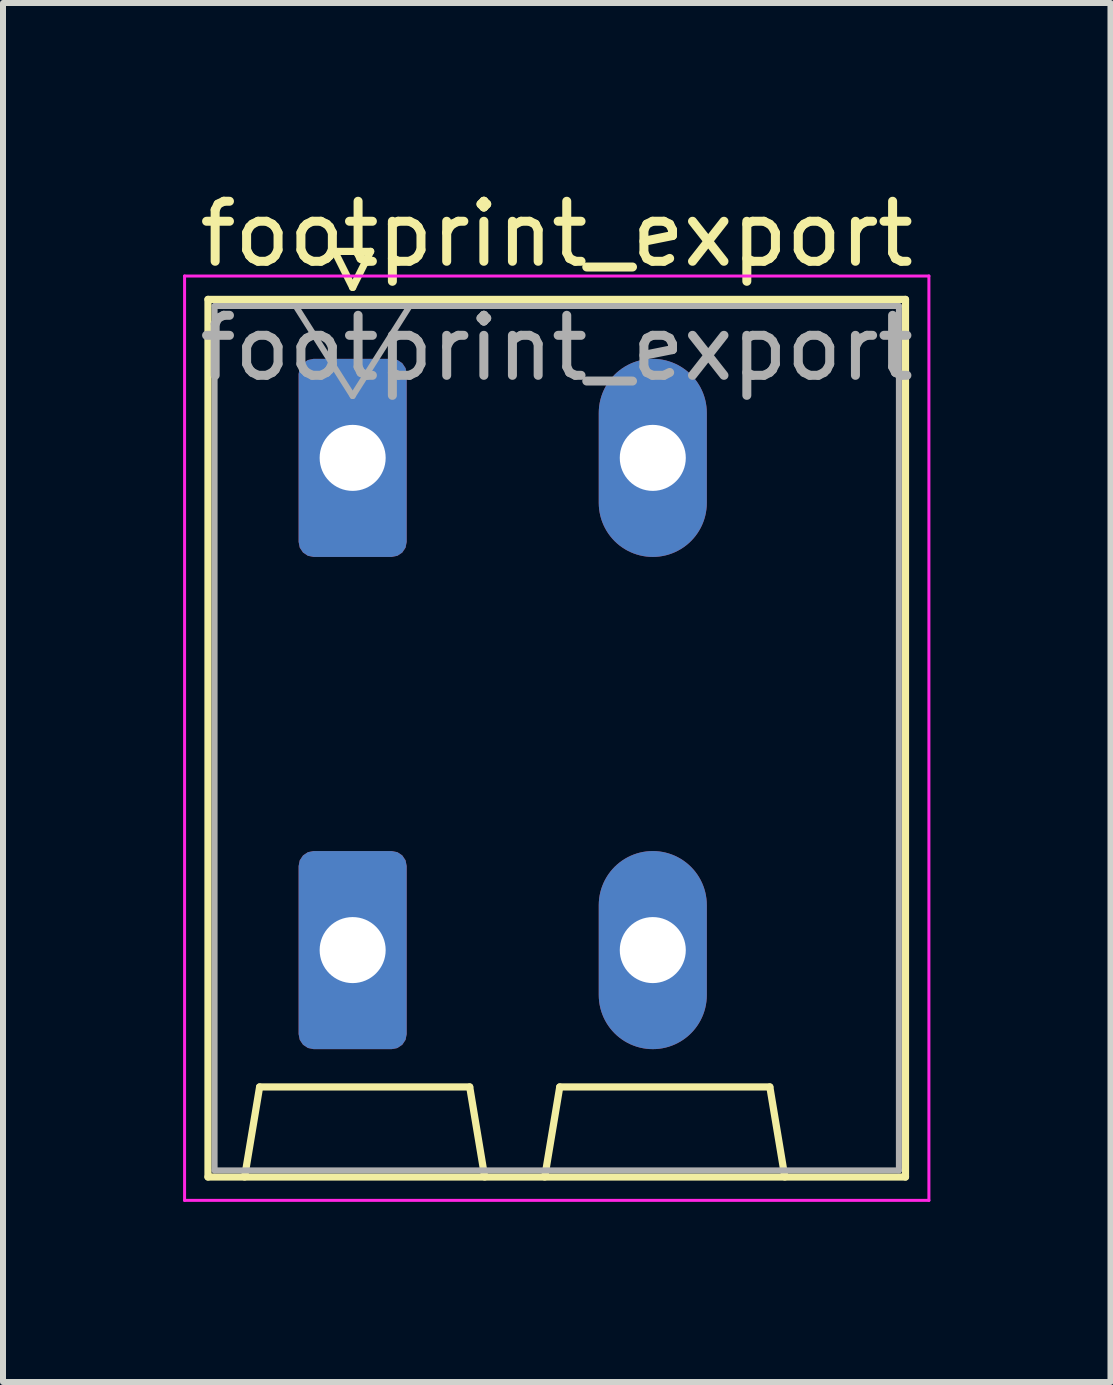
<source format=kicad_pcb>
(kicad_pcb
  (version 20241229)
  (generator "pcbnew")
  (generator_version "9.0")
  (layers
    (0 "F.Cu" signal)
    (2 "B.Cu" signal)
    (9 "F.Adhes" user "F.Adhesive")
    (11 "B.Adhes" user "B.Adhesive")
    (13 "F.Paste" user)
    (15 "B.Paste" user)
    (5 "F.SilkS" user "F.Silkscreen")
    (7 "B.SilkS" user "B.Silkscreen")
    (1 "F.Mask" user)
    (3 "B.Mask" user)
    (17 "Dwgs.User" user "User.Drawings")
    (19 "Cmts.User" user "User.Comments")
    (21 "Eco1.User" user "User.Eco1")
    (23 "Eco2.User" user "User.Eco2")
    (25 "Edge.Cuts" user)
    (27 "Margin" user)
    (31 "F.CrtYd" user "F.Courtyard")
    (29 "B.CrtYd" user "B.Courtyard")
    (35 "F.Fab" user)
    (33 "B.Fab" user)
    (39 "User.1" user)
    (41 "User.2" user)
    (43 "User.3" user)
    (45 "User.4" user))
  (footprint "footprint_export"
    (layer "F.Cu")
    (at 2.825 4.578)
    (property "Reference" "footprint_export" (at 3.4 -3.73 0) (layer "F.SilkS") (effects (font (size 1 1) (thickness 0.15))))
    (attr through_hole)
    (fp_line (start -2.41 -2.64) (end 9.21 -2.64) (stroke (width 0.12) (type solid)) (layer "F.SilkS"))
    (fp_line (start -2.41 11.98) (end -2.41 -2.64) (stroke (width 0.12) (type solid)) (layer "F.SilkS"))
    (fp_line (start -1.8 11.98) (end -1.55 10.48) (stroke (width 0.12) (type solid)) (layer "F.SilkS"))
    (fp_line (start -1.55 10.48) (end 1.95 10.48) (stroke (width 0.12) (type solid)) (layer "F.SilkS"))
    (fp_line (start -0.3 -3.44) (end 0 -2.84) (stroke (width 0.12) (type solid)) (layer "F.SilkS"))
    (fp_line (start -0.3 -3.44) (end 0.3 -3.44) (stroke (width 0.12) (type solid)) (layer "F.SilkS"))
    (fp_line (start 0.3 -3.44) (end 0 -2.84) (stroke (width 0.12) (type solid)) (layer "F.SilkS"))
    (fp_line (start 2.2 11.98) (end 1.95 10.48) (stroke (width 0.12) (type solid)) (layer "F.SilkS"))
    (fp_line (start 3.2 11.98) (end 3.45 10.48) (stroke (width 0.12) (type solid)) (layer "F.SilkS"))
    (fp_line (start 3.45 10.48) (end 6.95 10.48) (stroke (width 0.12) (type solid)) (layer "F.SilkS"))
    (fp_line (start 7.2 11.98) (end 6.95 10.48) (stroke (width 0.12) (type solid)) (layer "F.SilkS"))
    (fp_line (start 9.21 -2.64) (end 9.21 11.98) (stroke (width 0.12) (type solid)) (layer "F.SilkS"))
    (fp_line (start 9.21 11.98) (end -2.41 11.98) (stroke (width 0.12) (type solid)) (layer "F.SilkS"))
    (fp_line (start -2.8 -3.03) (end -2.8 12.37) (stroke (width 0.05) (type solid)) (layer "F.CrtYd"))
    (fp_line (start -2.8 12.37) (end 9.6 12.37) (stroke (width 0.05) (type solid)) (layer "F.CrtYd"))
    (fp_line (start 9.6 -3.03) (end -2.8 -3.03) (stroke (width 0.05) (type solid)) (layer "F.CrtYd"))
    (fp_line (start 9.6 12.37) (end 9.6 -3.03) (stroke (width 0.05) (type solid)) (layer "F.CrtYd"))
    (fp_line (start -2.3 -2.53) (end -2.3 11.87) (stroke (width 0.1) (type solid)) (layer "F.Fab"))
    (fp_line (start -2.3 11.87) (end 9.1 11.87) (stroke (width 0.1) (type solid)) (layer "F.Fab"))
    (fp_line (start -0.95 -2.53) (end 0 -1.03) (stroke (width 0.1) (type solid)) (layer "F.Fab"))
    (fp_line (start 0.95 -2.53) (end 0 -1.03) (stroke (width 0.1) (type solid)) (layer "F.Fab"))
    (fp_line (start 9.1 -2.53) (end -2.3 -2.53) (stroke (width 0.1) (type solid)) (layer "F.Fab"))
    (fp_line (start 9.1 11.87) (end 9.1 -2.53) (stroke (width 0.1) (type solid)) (layer "F.Fab"))
    (fp_text user "${REFERENCE}" (at 3.4 -1.83 0) (layer "F.Fab") (effects (font (size 1 1) (thickness 0.15))))
    (pad "1" thru_hole roundrect (at 0 0) (size 1.8 3.3) (drill 1.1) (layers "*.Cu" "*.Mask") (roundrect_rratio 0.139))
    (pad "1" thru_hole roundrect (at 0 8.2) (size 1.8 3.3) (drill 1.1) (layers "*.Cu" "*.Mask") (roundrect_rratio 0.139))
    (pad "2" thru_hole oval (at 5 0) (size 1.8 3.3) (drill 1.1) (layers "*.Cu" "*.Mask"))
    (pad "2" thru_hole oval (at 5 8.2) (size 1.8 3.3) (drill 1.1) (layers "*.Cu" "*.Mask")))
  (gr_rect
    (start -3 -3)
    (end 15.45 19.973)
    (stroke (width 0.1) (type default))
    (fill no)
    (layer "Edge.Cuts")))
</source>
